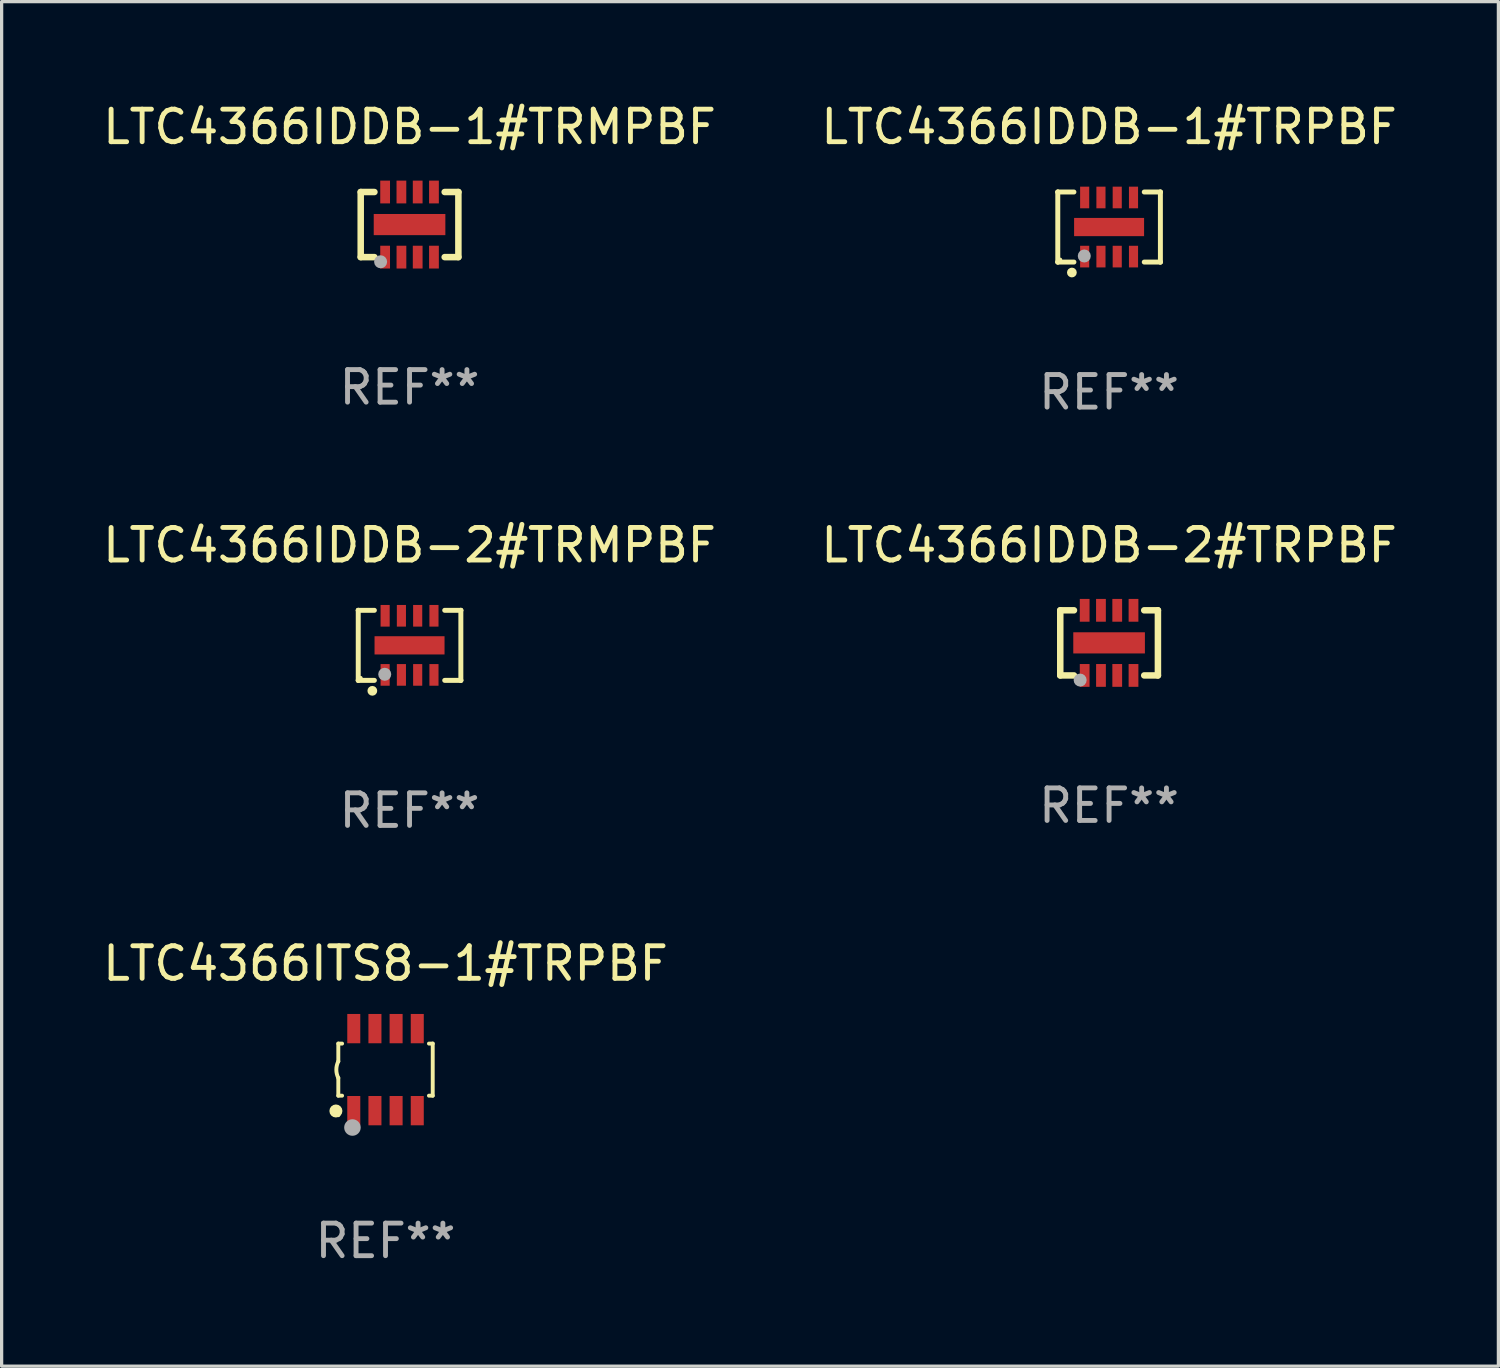
<source format=kicad_pcb>
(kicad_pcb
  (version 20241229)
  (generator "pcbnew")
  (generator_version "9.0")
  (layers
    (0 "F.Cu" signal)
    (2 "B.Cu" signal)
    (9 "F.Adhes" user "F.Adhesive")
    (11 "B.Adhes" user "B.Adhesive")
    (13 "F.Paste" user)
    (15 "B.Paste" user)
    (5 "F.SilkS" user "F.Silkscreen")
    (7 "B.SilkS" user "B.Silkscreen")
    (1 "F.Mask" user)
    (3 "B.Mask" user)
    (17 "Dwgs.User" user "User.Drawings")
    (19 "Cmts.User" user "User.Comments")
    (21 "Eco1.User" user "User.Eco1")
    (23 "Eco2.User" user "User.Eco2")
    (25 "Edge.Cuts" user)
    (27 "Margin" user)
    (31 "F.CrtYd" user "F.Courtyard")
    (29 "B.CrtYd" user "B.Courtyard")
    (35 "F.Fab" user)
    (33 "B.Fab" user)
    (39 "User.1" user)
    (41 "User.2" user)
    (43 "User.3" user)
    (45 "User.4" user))
  (footprint "LTC4366ITS8-1#TRPBF"
    (layer "F.Cu")
    (at 8.792 29.806)
    (property "Reference" "LTC4366ITS8-1#TRPBF" (at 0 -3.26 0) (layer "F.SilkS") (effects (font (size 1 1) (thickness 0.15))))
    (attr through_hole)
    (fp_line (start -1.45 -0.8) (end -1.45 -0.254) (stroke (width 0.12) (type solid)) (layer "F.SilkS"))
    (fp_line (start -1.45 -0.8) (end -1.334 -0.8) (stroke (width 0.12) (type solid)) (layer "F.SilkS"))
    (fp_line (start -1.45 0.8) (end -1.45 0.254) (stroke (width 0.12) (type solid)) (layer "F.SilkS"))
    (fp_line (start -1.45 0.8) (end -1.334 0.8) (stroke (width 0.12) (type solid)) (layer "F.SilkS"))
    (fp_line (start 1.334 -0.8) (end 1.45 -0.8) (stroke (width 0.12) (type solid)) (layer "F.SilkS"))
    (fp_line (start 1.334 0.8) (end 1.45 0.8) (stroke (width 0.12) (type solid)) (layer "F.SilkS"))
    (fp_line (start 1.45 0.8) (end 1.45 -0.8) (stroke (width 0.12) (type solid)) (layer "F.SilkS"))
    (fp_arc (start -1.45075 0.255144) (mid -1.510605 0.000434) (end -1.450013 -0.254102) (stroke (width 0.11999) (type solid)) (layer "F.SilkS"))
    (fp_circle (center -1.524 1.27) (end -1.424 1.27) (stroke (width 0.2) (type solid)) (fill no) (layer "F.SilkS"))
    (fp_circle (center -1.45 1.4) (end -1.42 1.4) (stroke (width 0.06) (type solid)) (fill no) (layer "F.SilkS"))
    (fp_circle (center -1.016 1.778) (end -0.889 1.778) (stroke (width 0.254) (type solid)) (fill no) (layer "F.Fab"))
    (fp_text user "REF**" (at 0 5.26 0) (layer "F.Fab") (effects (font (size 1 1) (thickness 0.15))))
    (pad "1" smd rect (at -0.975 1.26) (size 0.4 0.9) (layers "F.Cu" "F.Mask" "F.Paste"))
    (pad "2" smd rect (at -0.325 1.26) (size 0.4 0.9) (layers "F.Cu" "F.Mask" "F.Paste"))
    (pad "3" smd rect (at 0.325 1.26) (size 0.4 0.9) (layers "F.Cu" "F.Mask" "F.Paste"))
    (pad "4" smd rect (at 0.975 1.26) (size 0.4 0.9) (layers "F.Cu" "F.Mask" "F.Paste"))
    (pad "5" smd rect (at 0.975 -1.26) (size 0.4 0.9) (layers "F.Cu" "F.Mask" "F.Paste"))
    (pad "6" smd rect (at 0.325 -1.26) (size 0.4 0.9) (layers "F.Cu" "F.Mask" "F.Paste"))
    (pad "7" smd rect (at -0.325 -1.26) (size 0.4 0.9) (layers "F.Cu" "F.Mask" "F.Paste"))
    (pad "8" smd rect (at -0.975 -1.26) (size 0.4 0.9) (layers "F.Cu" "F.Mask" "F.Paste")))
  (footprint "LTC4366IDDB-2#TRMPBF"
    (layer "F.Cu")
    (at 9.53 16.773)
    (property "Reference" "LTC4366IDDB-2#TRMPBF" (at 0 -3.076 0) (layer "F.SilkS") (effects (font (size 1 1) (thickness 0.15))))
    (attr through_hole)
    (fp_line (start -1.576 -1.076) (end -1.576 -1.076) (stroke (width 0.152) (type solid)) (layer "F.SilkS"))
    (fp_line (start -1.576 -1.076) (end -1.08 -1.076) (stroke (width 0.152) (type solid)) (layer "F.SilkS"))
    (fp_line (start -1.576 1.076) (end -1.576 -1.076) (stroke (width 0.152) (type solid)) (layer "F.SilkS"))
    (fp_line (start -1.576 1.076) (end -1.576 1.076) (stroke (width 0.152) (type solid)) (layer "F.SilkS"))
    (fp_line (start -1.08 1.076) (end -1.576 1.076) (stroke (width 0.152) (type solid)) (layer "F.SilkS"))
    (fp_line (start 1.08 1.076) (end 1.576 1.076) (stroke (width 0.152) (type solid)) (layer "F.SilkS"))
    (fp_line (start 1.576 -1.076) (end 1.08 -1.076) (stroke (width 0.152) (type solid)) (layer "F.SilkS"))
    (fp_line (start 1.576 -1.076) (end 1.576 -1.076) (stroke (width 0.152) (type solid)) (layer "F.SilkS"))
    (fp_line (start 1.576 1.076) (end 1.576 -1.076) (stroke (width 0.152) (type solid)) (layer "F.SilkS"))
    (fp_line (start 1.576 1.076) (end 1.576 1.076) (stroke (width 0.152) (type solid)) (layer "F.SilkS"))
    (fp_circle (center -1.5 1) (end -1.47 1) (stroke (width 0.06) (type solid)) (fill no) (layer "F.SilkS"))
    (fp_circle (center -1.143 1.397) (end -1.068 1.397) (stroke (width 0.15) (type solid)) (fill no) (layer "F.SilkS"))
    (fp_circle (center -0.762 0.889) (end -0.662 0.889) (stroke (width 0.2) (type solid)) (fill no) (layer "F.Fab"))
    (fp_text user "REF**" (at 0 5.076 0) (layer "F.Fab") (effects (font (size 1 1) (thickness 0.15))))
    (pad "1" smd rect (at -0.75 0.908) (size 0.28 0.665) (layers "F.Cu" "F.Mask" "F.Paste"))
    (pad "2" smd rect (at -0.25 0.908) (size 0.28 0.665) (layers "F.Cu" "F.Mask" "F.Paste"))
    (pad "3" smd rect (at 0.25 0.908) (size 0.28 0.665) (layers "F.Cu" "F.Mask" "F.Paste"))
    (pad "4" smd rect (at 0.75 0.908) (size 0.28 0.665) (layers "F.Cu" "F.Mask" "F.Paste"))
    (pad "5" smd rect (at 0.75 -0.908) (size 0.28 0.665) (layers "F.Cu" "F.Mask" "F.Paste"))
    (pad "6" smd rect (at 0.25 -0.908) (size 0.28 0.665) (layers "F.Cu" "F.Mask" "F.Paste"))
    (pad "7" smd rect (at -0.25 -0.908) (size 0.28 0.665) (layers "F.Cu" "F.Mask" "F.Paste"))
    (pad "8" smd rect (at -0.75 -0.908) (size 0.28 0.665) (layers "F.Cu" "F.Mask" "F.Paste"))
    (pad "9" smd rect (at 0 0) (size 2.15 0.56) (layers "F.Cu" "F.Mask" "F.Paste")))
  (footprint "LTC4366IDDB-2#TRPBF"
    (layer "F.Cu")
    (at 31.018 16.697)
    (property "Reference" "LTC4366IDDB-2#TRPBF" (at 0 -3 0) (layer "F.SilkS") (effects (font (size 1 1) (thickness 0.15))))
    (attr through_hole)
    (fp_line (start -1.5 1) (end -1.5 -1) (stroke (width 0.2) (type solid)) (layer "F.SilkS"))
    (fp_line (start -1.5 1) (end -1.079 1) (stroke (width 0.2) (type solid)) (layer "F.SilkS"))
    (fp_line (start -1.079 -1) (end -1.5 -1) (stroke (width 0.2) (type solid)) (layer "F.SilkS"))
    (fp_line (start 1.079 1) (end 1.5 1) (stroke (width 0.2) (type solid)) (layer "F.SilkS"))
    (fp_line (start 1.5 -1) (end 1.079 -1) (stroke (width 0.2) (type solid)) (layer "F.SilkS"))
    (fp_line (start 1.5 1) (end 1.5 -1) (stroke (width 0.2) (type solid)) (layer "F.SilkS"))
    (fp_circle (center -1.5 1) (end -1.47 1) (stroke (width 0.06) (type solid)) (fill no) (layer "F.SilkS"))
    (fp_circle (center -0.889 1.143) (end -0.789 1.143) (stroke (width 0.2) (type solid)) (fill no) (layer "F.Fab"))
    (fp_text user "REF**" (at 0 5 0) (layer "F.Fab") (effects (font (size 1 1) (thickness 0.15))))
    (pad "1" smd rect (at -0.75 1 90) (size 0.7 0.3) (layers "F.Cu" "F.Mask" "F.Paste"))
    (pad "2" smd rect (at -0.249 1 90) (size 0.7 0.3) (layers "F.Cu" "F.Mask" "F.Paste"))
    (pad "3" smd rect (at 0.25 1 90) (size 0.7 0.3) (layers "F.Cu" "F.Mask" "F.Paste"))
    (pad "4" smd rect (at 0.75 1 90) (size 0.7 0.3) (layers "F.Cu" "F.Mask" "F.Paste"))
    (pad "5" smd rect (at 0.75 -1 90) (size 0.7 0.3) (layers "F.Cu" "F.Mask" "F.Paste"))
    (pad "6" smd rect (at 0.25 -1 90) (size 0.7 0.3) (layers "F.Cu" "F.Mask" "F.Paste"))
    (pad "7" smd rect (at -0.25 -1 90) (size 0.7 0.3) (layers "F.Cu" "F.Mask" "F.Paste"))
    (pad "8" smd rect (at -0.75 -1 90) (size 0.7 0.3) (layers "F.Cu" "F.Mask" "F.Paste"))
    (pad "9" smd rect (at 0 0 180) (size 2.2 0.65) (layers "F.Cu" "F.Mask" "F.Paste")))
  (footprint "LTC4366IDDB-1#TRPBF"
    (layer "F.Cu")
    (at 31.018 3.924)
    (property "Reference" "LTC4366IDDB-1#TRPBF" (at 0 -3.076 0) (layer "F.SilkS") (effects (font (size 1 1) (thickness 0.15))))
    (attr through_hole)
    (fp_line (start -1.576 -1.076) (end -1.576 -1.076) (stroke (width 0.152) (type solid)) (layer "F.SilkS"))
    (fp_line (start -1.576 -1.076) (end -1.08 -1.076) (stroke (width 0.152) (type solid)) (layer "F.SilkS"))
    (fp_line (start -1.576 1.076) (end -1.576 -1.076) (stroke (width 0.152) (type solid)) (layer "F.SilkS"))
    (fp_line (start -1.576 1.076) (end -1.576 1.076) (stroke (width 0.152) (type solid)) (layer "F.SilkS"))
    (fp_line (start -1.08 1.076) (end -1.576 1.076) (stroke (width 0.152) (type solid)) (layer "F.SilkS"))
    (fp_line (start 1.08 1.076) (end 1.576 1.076) (stroke (width 0.152) (type solid)) (layer "F.SilkS"))
    (fp_line (start 1.576 -1.076) (end 1.08 -1.076) (stroke (width 0.152) (type solid)) (layer "F.SilkS"))
    (fp_line (start 1.576 -1.076) (end 1.576 -1.076) (stroke (width 0.152) (type solid)) (layer "F.SilkS"))
    (fp_line (start 1.576 1.076) (end 1.576 -1.076) (stroke (width 0.152) (type solid)) (layer "F.SilkS"))
    (fp_line (start 1.576 1.076) (end 1.576 1.076) (stroke (width 0.152) (type solid)) (layer "F.SilkS"))
    (fp_circle (center -1.5 1) (end -1.47 1) (stroke (width 0.06) (type solid)) (fill no) (layer "F.SilkS"))
    (fp_circle (center -1.143 1.397) (end -1.068 1.397) (stroke (width 0.15) (type solid)) (fill no) (layer "F.SilkS"))
    (fp_circle (center -0.762 0.889) (end -0.662 0.889) (stroke (width 0.2) (type solid)) (fill no) (layer "F.Fab"))
    (fp_text user "REF**" (at 0 5.076 0) (layer "F.Fab") (effects (font (size 1 1) (thickness 0.15))))
    (pad "1" smd rect (at -0.75 0.908) (size 0.28 0.665) (layers "F.Cu" "F.Mask" "F.Paste"))
    (pad "2" smd rect (at -0.25 0.908) (size 0.28 0.665) (layers "F.Cu" "F.Mask" "F.Paste"))
    (pad "3" smd rect (at 0.25 0.908) (size 0.28 0.665) (layers "F.Cu" "F.Mask" "F.Paste"))
    (pad "4" smd rect (at 0.75 0.908) (size 0.28 0.665) (layers "F.Cu" "F.Mask" "F.Paste"))
    (pad "5" smd rect (at 0.75 -0.908) (size 0.28 0.665) (layers "F.Cu" "F.Mask" "F.Paste"))
    (pad "6" smd rect (at 0.25 -0.908) (size 0.28 0.665) (layers "F.Cu" "F.Mask" "F.Paste"))
    (pad "7" smd rect (at -0.25 -0.908) (size 0.28 0.665) (layers "F.Cu" "F.Mask" "F.Paste"))
    (pad "8" smd rect (at -0.75 -0.908) (size 0.28 0.665) (layers "F.Cu" "F.Mask" "F.Paste"))
    (pad "9" smd rect (at 0 0) (size 2.15 0.56) (layers "F.Cu" "F.Mask" "F.Paste")))
  (footprint "LTC4366IDDB-1#TRMPBF"
    (layer "F.Cu")
    (at 9.53 3.848)
    (property "Reference" "LTC4366IDDB-1#TRMPBF" (at 0 -3 0) (layer "F.SilkS") (effects (font (size 1 1) (thickness 0.15))))
    (attr through_hole)
    (fp_line (start -1.5 1) (end -1.5 -1) (stroke (width 0.2) (type solid)) (layer "F.SilkS"))
    (fp_line (start -1.5 1) (end -1.079 1) (stroke (width 0.2) (type solid)) (layer "F.SilkS"))
    (fp_line (start -1.079 -1) (end -1.5 -1) (stroke (width 0.2) (type solid)) (layer "F.SilkS"))
    (fp_line (start 1.079 1) (end 1.5 1) (stroke (width 0.2) (type solid)) (layer "F.SilkS"))
    (fp_line (start 1.5 -1) (end 1.079 -1) (stroke (width 0.2) (type solid)) (layer "F.SilkS"))
    (fp_line (start 1.5 1) (end 1.5 -1) (stroke (width 0.2) (type solid)) (layer "F.SilkS"))
    (fp_circle (center -1.5 1) (end -1.47 1) (stroke (width 0.06) (type solid)) (fill no) (layer "F.SilkS"))
    (fp_circle (center -0.889 1.143) (end -0.789 1.143) (stroke (width 0.2) (type solid)) (fill no) (layer "F.Fab"))
    (fp_text user "REF**" (at 0 5 0) (layer "F.Fab") (effects (font (size 1 1) (thickness 0.15))))
    (pad "1" smd rect (at -0.75 1 90) (size 0.7 0.3) (layers "F.Cu" "F.Mask" "F.Paste"))
    (pad "2" smd rect (at -0.249 1 90) (size 0.7 0.3) (layers "F.Cu" "F.Mask" "F.Paste"))
    (pad "3" smd rect (at 0.25 1 90) (size 0.7 0.3) (layers "F.Cu" "F.Mask" "F.Paste"))
    (pad "4" smd rect (at 0.75 1 90) (size 0.7 0.3) (layers "F.Cu" "F.Mask" "F.Paste"))
    (pad "5" smd rect (at 0.75 -1 90) (size 0.7 0.3) (layers "F.Cu" "F.Mask" "F.Paste"))
    (pad "6" smd rect (at 0.25 -1 90) (size 0.7 0.3) (layers "F.Cu" "F.Mask" "F.Paste"))
    (pad "7" smd rect (at -0.25 -1 90) (size 0.7 0.3) (layers "F.Cu" "F.Mask" "F.Paste"))
    (pad "8" smd rect (at -0.75 -1 90) (size 0.7 0.3) (layers "F.Cu" "F.Mask" "F.Paste"))
    (pad "9" smd rect (at 0 0 180) (size 2.2 0.65) (layers "F.Cu" "F.Mask" "F.Paste")))
  (gr_rect
    (start -3 -3)
    (end 42.976 38.914)
    (stroke (width 0.1) (type default))
    (fill no)
    (layer "Edge.Cuts")))
</source>
